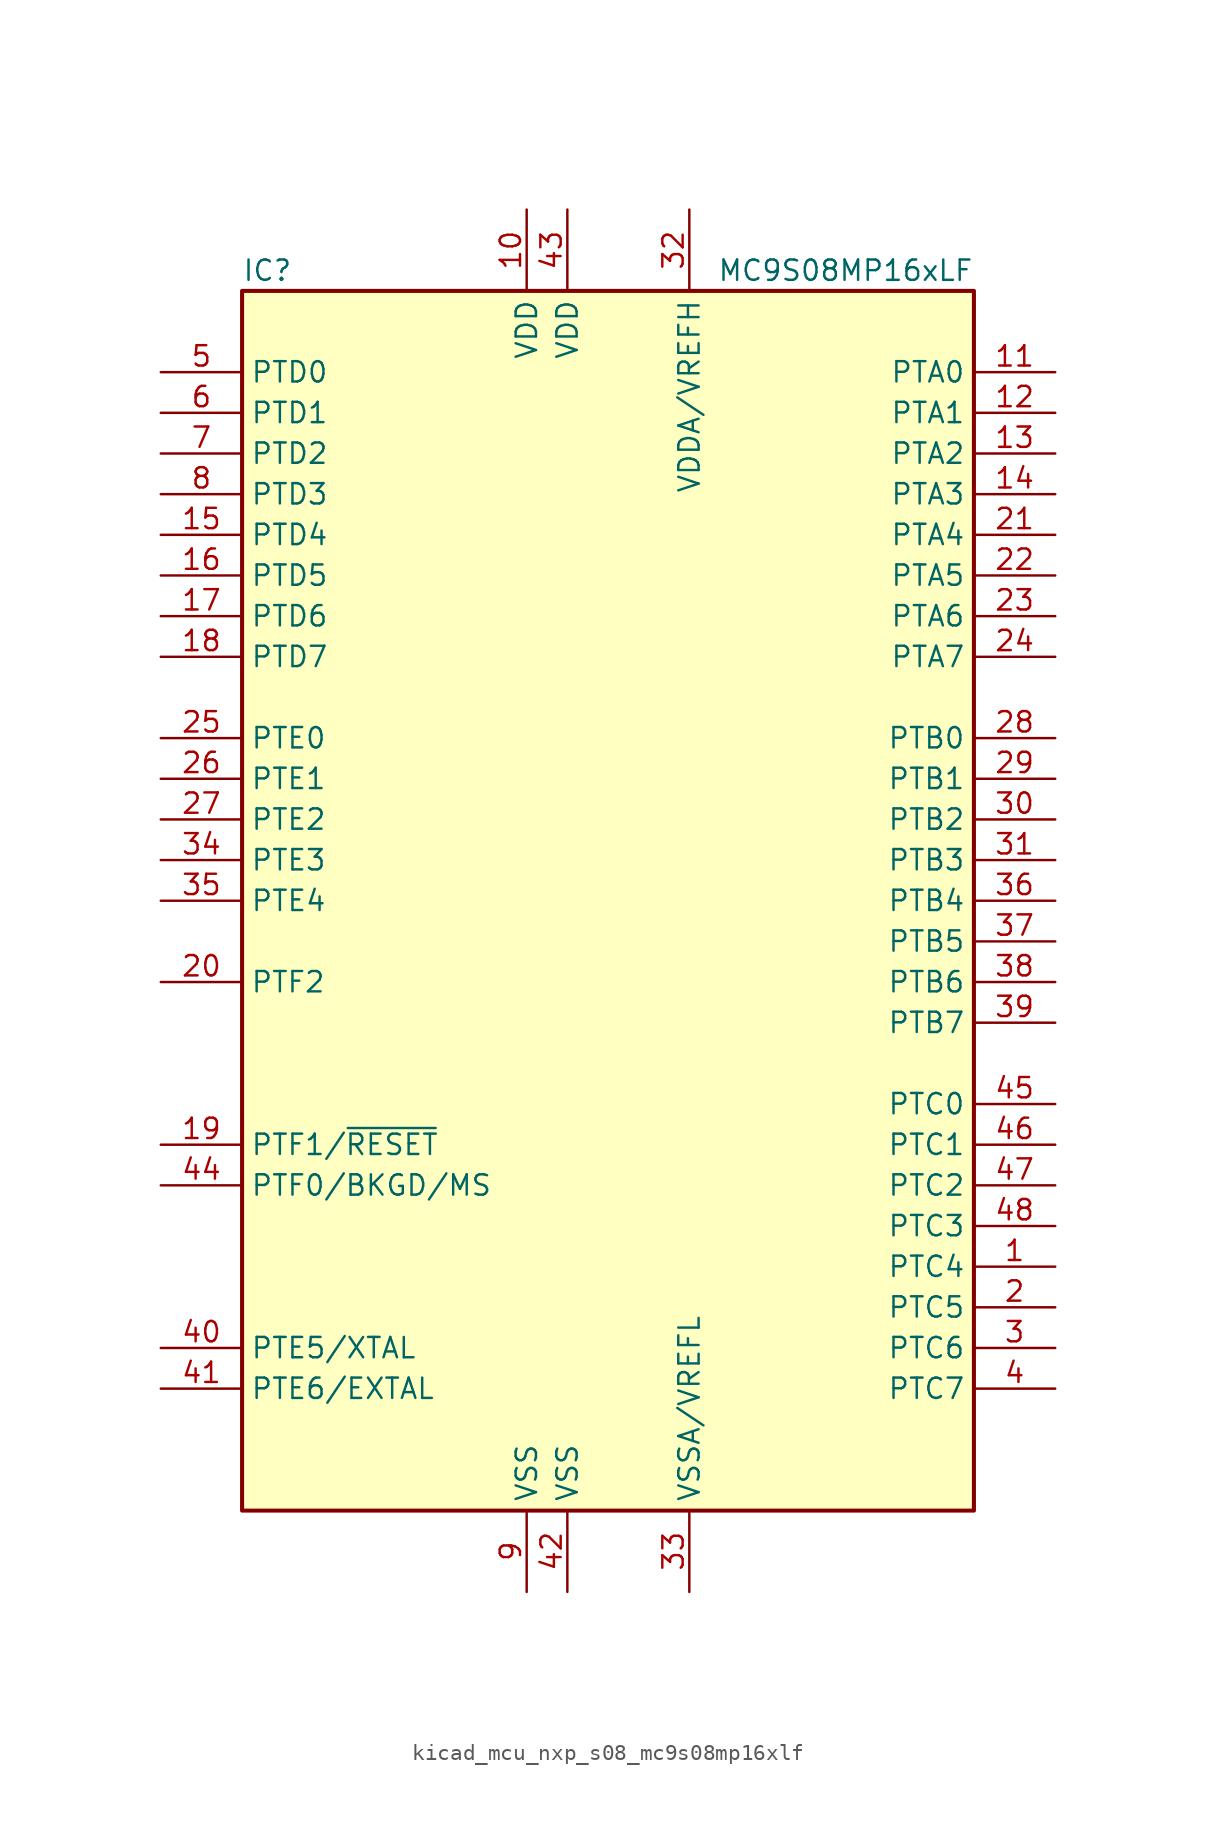
<source format=kicad_sym>
(kicad_symbol_lib
  (version 20220914)
  (generator kicad_symbol_editor)
  (symbol "kicad_mcu_nxp_s08_mc9s08mp16xlf"
    (property "Reference" "IC"
      (at -22.86 39.37 0)
      (effects (font (size 1.27 1.27)) (justify left)))
    (property "Value" "MC9S08MP16xLF"
      (at 22.86 39.37 0)
      (effects (font (size 1.27 1.27)) (justify right)))
    (symbol "kicad_mcu_nxp_s08_mc9s08mp16xlf_0_1"
      (rectangle (start -22.86 38.1) (end 22.86 -38.1) (stroke (width 0.254) (type default)) (fill (type background))))
    (symbol "kicad_mcu_nxp_s08_mc9s08mp16xlf_1_1"
      (pin bidirectional line (at 27.94 -22.86 180) (length 5.08) (name "PTC4" (effects (font (size 1.27 1.27)))) (number "1" (effects (font (size 1.27 1.27)))))
      (pin power_in line (at -5.08 43.18 270) (length 5.08) (name "VDD" (effects (font (size 1.27 1.27)))) (number "10" (effects (font (size 1.27 1.27)))))
      (pin bidirectional line (at 27.94 33.02 180) (length 5.08) (name "PTA0" (effects (font (size 1.27 1.27)))) (number "11" (effects (font (size 1.27 1.27)))))
      (pin bidirectional line (at 27.94 30.48 180) (length 5.08) (name "PTA1" (effects (font (size 1.27 1.27)))) (number "12" (effects (font (size 1.27 1.27)))))
      (pin bidirectional line (at 27.94 27.94 180) (length 5.08) (name "PTA2" (effects (font (size 1.27 1.27)))) (number "13" (effects (font (size 1.27 1.27)))))
      (pin bidirectional line (at 27.94 25.4 180) (length 5.08) (name "PTA3" (effects (font (size 1.27 1.27)))) (number "14" (effects (font (size 1.27 1.27)))))
      (pin bidirectional line (at -27.94 22.86 0) (length 5.08) (name "PTD4" (effects (font (size 1.27 1.27)))) (number "15" (effects (font (size 1.27 1.27)))))
      (pin bidirectional line (at -27.94 20.32 0) (length 5.08) (name "PTD5" (effects (font (size 1.27 1.27)))) (number "16" (effects (font (size 1.27 1.27)))))
      (pin bidirectional line (at -27.94 17.78 0) (length 5.08) (name "PTD6" (effects (font (size 1.27 1.27)))) (number "17" (effects (font (size 1.27 1.27)))))
      (pin bidirectional line (at -27.94 15.24 0) (length 5.08) (name "PTD7" (effects (font (size 1.27 1.27)))) (number "18" (effects (font (size 1.27 1.27)))))
      (pin bidirectional line (at -27.94 -15.24 0) (length 5.08) (name "PTF1/~{RESET}" (effects (font (size 1.27 1.27)))) (number "19" (effects (font (size 1.27 1.27)))))
      (pin bidirectional line (at 27.94 -25.4 180) (length 5.08) (name "PTC5" (effects (font (size 1.27 1.27)))) (number "2" (effects (font (size 1.27 1.27)))))
      (pin bidirectional line (at -27.94 -5.08 0) (length 5.08) (name "PTF2" (effects (font (size 1.27 1.27)))) (number "20" (effects (font (size 1.27 1.27)))))
      (pin bidirectional line (at 27.94 22.86 180) (length 5.08) (name "PTA4" (effects (font (size 1.27 1.27)))) (number "21" (effects (font (size 1.27 1.27)))))
      (pin bidirectional line (at 27.94 20.32 180) (length 5.08) (name "PTA5" (effects (font (size 1.27 1.27)))) (number "22" (effects (font (size 1.27 1.27)))))
      (pin bidirectional line (at 27.94 17.78 180) (length 5.08) (name "PTA6" (effects (font (size 1.27 1.27)))) (number "23" (effects (font (size 1.27 1.27)))))
      (pin bidirectional line (at 27.94 15.24 180) (length 5.08) (name "PTA7" (effects (font (size 1.27 1.27)))) (number "24" (effects (font (size 1.27 1.27)))))
      (pin bidirectional line (at -27.94 10.16 0) (length 5.08) (name "PTE0" (effects (font (size 1.27 1.27)))) (number "25" (effects (font (size 1.27 1.27)))))
      (pin bidirectional line (at -27.94 7.62 0) (length 5.08) (name "PTE1" (effects (font (size 1.27 1.27)))) (number "26" (effects (font (size 1.27 1.27)))))
      (pin bidirectional line (at -27.94 5.08 0) (length 5.08) (name "PTE2" (effects (font (size 1.27 1.27)))) (number "27" (effects (font (size 1.27 1.27)))))
      (pin bidirectional line (at 27.94 10.16 180) (length 5.08) (name "PTB0" (effects (font (size 1.27 1.27)))) (number "28" (effects (font (size 1.27 1.27)))))
      (pin bidirectional line (at 27.94 7.62 180) (length 5.08) (name "PTB1" (effects (font (size 1.27 1.27)))) (number "29" (effects (font (size 1.27 1.27)))))
      (pin bidirectional line (at 27.94 -27.94 180) (length 5.08) (name "PTC6" (effects (font (size 1.27 1.27)))) (number "3" (effects (font (size 1.27 1.27)))))
      (pin bidirectional line (at 27.94 5.08 180) (length 5.08) (name "PTB2" (effects (font (size 1.27 1.27)))) (number "30" (effects (font (size 1.27 1.27)))))
      (pin bidirectional line (at 27.94 2.54 180) (length 5.08) (name "PTB3" (effects (font (size 1.27 1.27)))) (number "31" (effects (font (size 1.27 1.27)))))
      (pin power_in line (at 5.08 43.18 270) (length 5.08) (name "VDDA/VREFH" (effects (font (size 1.27 1.27)))) (number "32" (effects (font (size 1.27 1.27)))))
      (pin power_in line (at 5.08 -43.18 90) (length 5.08) (name "VSSA/VREFL" (effects (font (size 1.27 1.27)))) (number "33" (effects (font (size 1.27 1.27)))))
      (pin bidirectional line (at -27.94 2.54 0) (length 5.08) (name "PTE3" (effects (font (size 1.27 1.27)))) (number "34" (effects (font (size 1.27 1.27)))))
      (pin bidirectional line (at -27.94 0 0) (length 5.08) (name "PTE4" (effects (font (size 1.27 1.27)))) (number "35" (effects (font (size 1.27 1.27)))))
      (pin bidirectional line (at 27.94 0 180) (length 5.08) (name "PTB4" (effects (font (size 1.27 1.27)))) (number "36" (effects (font (size 1.27 1.27)))))
      (pin bidirectional line (at 27.94 -2.54 180) (length 5.08) (name "PTB5" (effects (font (size 1.27 1.27)))) (number "37" (effects (font (size 1.27 1.27)))))
      (pin bidirectional line (at 27.94 -5.08 180) (length 5.08) (name "PTB6" (effects (font (size 1.27 1.27)))) (number "38" (effects (font (size 1.27 1.27)))))
      (pin bidirectional line (at 27.94 -7.62 180) (length 5.08) (name "PTB7" (effects (font (size 1.27 1.27)))) (number "39" (effects (font (size 1.27 1.27)))))
      (pin bidirectional line (at 27.94 -30.48 180) (length 5.08) (name "PTC7" (effects (font (size 1.27 1.27)))) (number "4" (effects (font (size 1.27 1.27)))))
      (pin bidirectional line (at -27.94 -27.94 0) (length 5.08) (name "PTE5/XTAL" (effects (font (size 1.27 1.27)))) (number "40" (effects (font (size 1.27 1.27)))))
      (pin bidirectional line (at -27.94 -30.48 0) (length 5.08) (name "PTE6/EXTAL" (effects (font (size 1.27 1.27)))) (number "41" (effects (font (size 1.27 1.27)))))
      (pin power_in line (at -2.54 -43.18 90) (length 5.08) (name "VSS" (effects (font (size 1.27 1.27)))) (number "42" (effects (font (size 1.27 1.27)))))
      (pin power_in line (at -2.54 43.18 270) (length 5.08) (name "VDD" (effects (font (size 1.27 1.27)))) (number "43" (effects (font (size 1.27 1.27)))))
      (pin bidirectional line (at -27.94 -17.78 0) (length 5.08) (name "PTF0/BKGD/MS" (effects (font (size 1.27 1.27)))) (number "44" (effects (font (size 1.27 1.27)))))
      (pin bidirectional line (at 27.94 -12.7 180) (length 5.08) (name "PTC0" (effects (font (size 1.27 1.27)))) (number "45" (effects (font (size 1.27 1.27)))))
      (pin bidirectional line (at 27.94 -15.24 180) (length 5.08) (name "PTC1" (effects (font (size 1.27 1.27)))) (number "46" (effects (font (size 1.27 1.27)))))
      (pin bidirectional line (at 27.94 -17.78 180) (length 5.08) (name "PTC2" (effects (font (size 1.27 1.27)))) (number "47" (effects (font (size 1.27 1.27)))))
      (pin bidirectional line (at 27.94 -20.32 180) (length 5.08) (name "PTC3" (effects (font (size 1.27 1.27)))) (number "48" (effects (font (size 1.27 1.27)))))
      (pin bidirectional line (at -27.94 33.02 0) (length 5.08) (name "PTD0" (effects (font (size 1.27 1.27)))) (number "5" (effects (font (size 1.27 1.27)))))
      (pin bidirectional line (at -27.94 30.48 0) (length 5.08) (name "PTD1" (effects (font (size 1.27 1.27)))) (number "6" (effects (font (size 1.27 1.27)))))
      (pin bidirectional line (at -27.94 27.94 0) (length 5.08) (name "PTD2" (effects (font (size 1.27 1.27)))) (number "7" (effects (font (size 1.27 1.27)))))
      (pin bidirectional line (at -27.94 25.4 0) (length 5.08) (name "PTD3" (effects (font (size 1.27 1.27)))) (number "8" (effects (font (size 1.27 1.27)))))
      (pin power_in line (at -5.08 -43.18 90) (length 5.08) (name "VSS" (effects (font (size 1.27 1.27)))) (number "9" (effects (font (size 1.27 1.27))))))))
</source>
